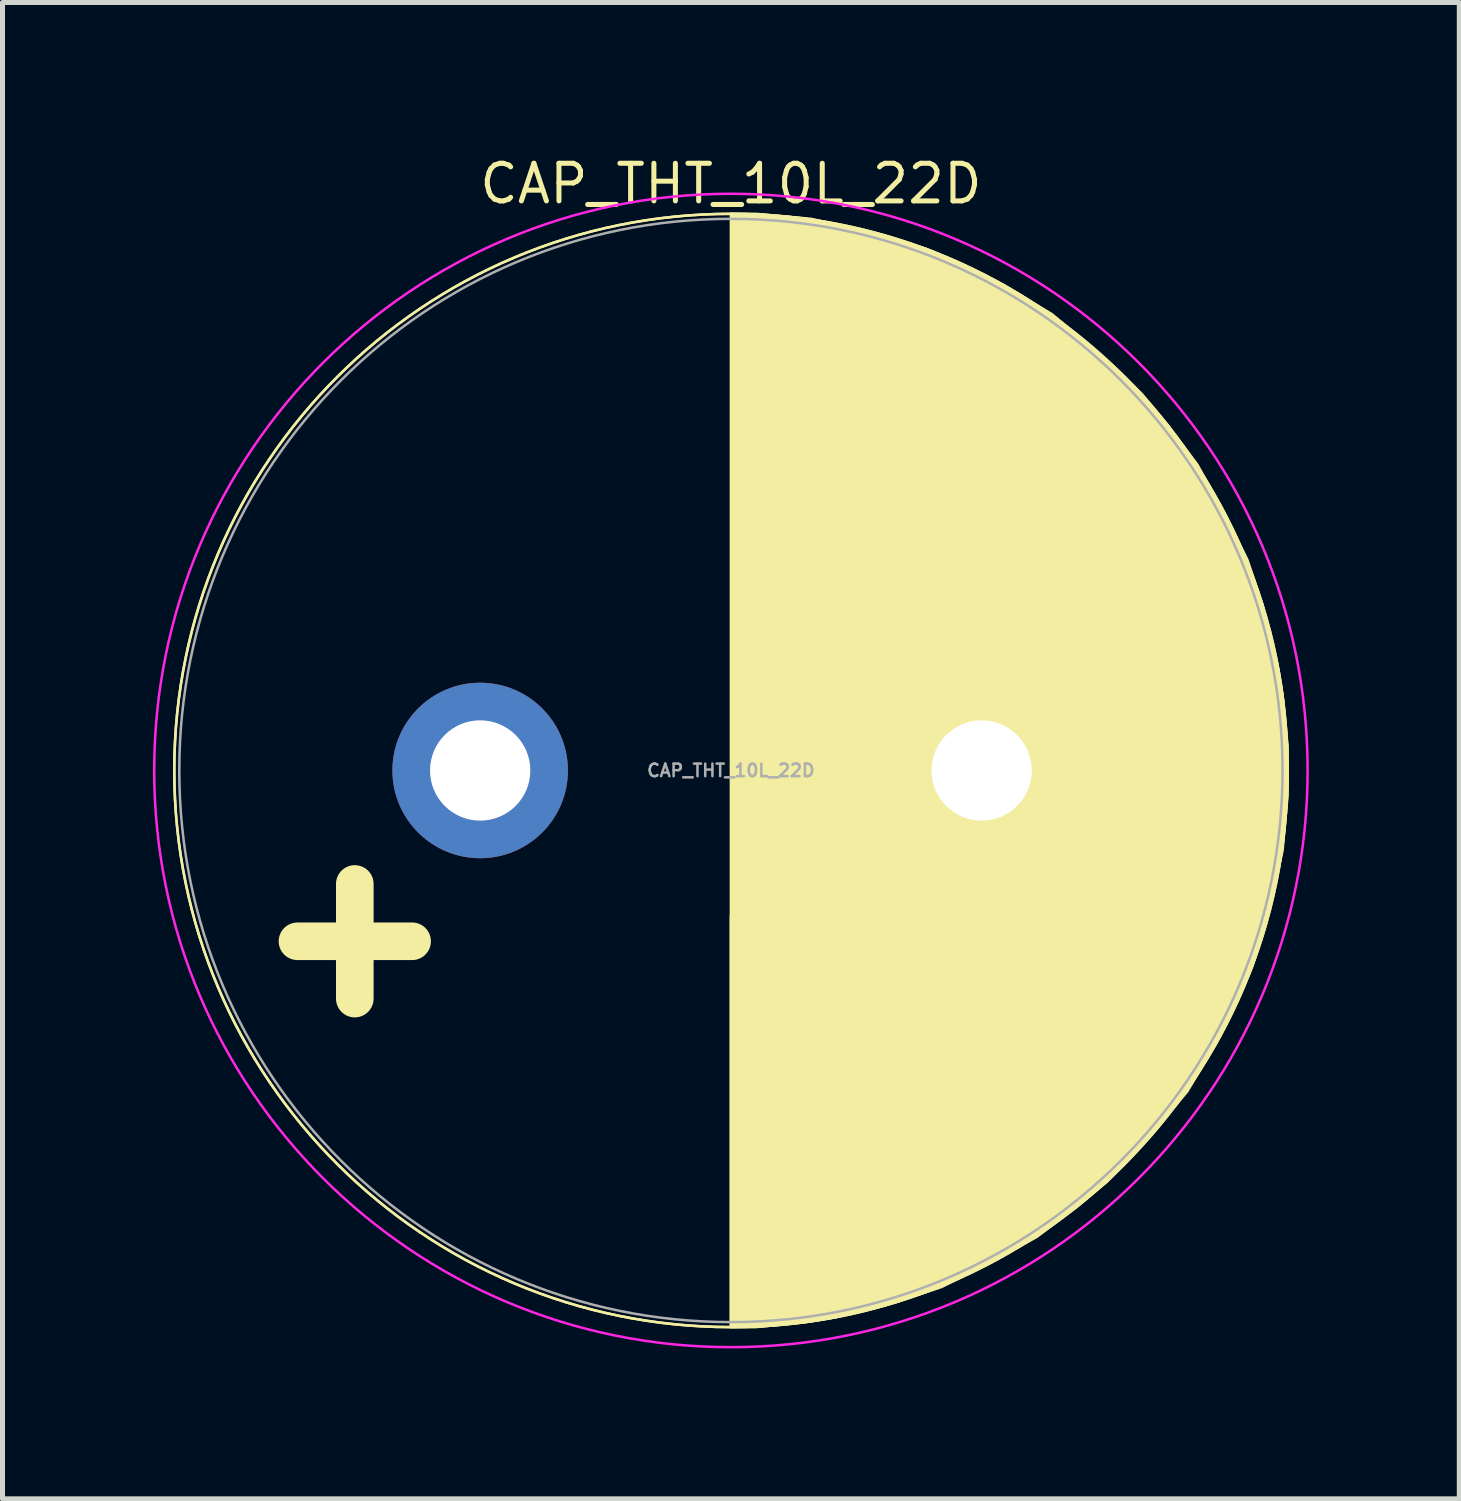
<source format=kicad_pcb>
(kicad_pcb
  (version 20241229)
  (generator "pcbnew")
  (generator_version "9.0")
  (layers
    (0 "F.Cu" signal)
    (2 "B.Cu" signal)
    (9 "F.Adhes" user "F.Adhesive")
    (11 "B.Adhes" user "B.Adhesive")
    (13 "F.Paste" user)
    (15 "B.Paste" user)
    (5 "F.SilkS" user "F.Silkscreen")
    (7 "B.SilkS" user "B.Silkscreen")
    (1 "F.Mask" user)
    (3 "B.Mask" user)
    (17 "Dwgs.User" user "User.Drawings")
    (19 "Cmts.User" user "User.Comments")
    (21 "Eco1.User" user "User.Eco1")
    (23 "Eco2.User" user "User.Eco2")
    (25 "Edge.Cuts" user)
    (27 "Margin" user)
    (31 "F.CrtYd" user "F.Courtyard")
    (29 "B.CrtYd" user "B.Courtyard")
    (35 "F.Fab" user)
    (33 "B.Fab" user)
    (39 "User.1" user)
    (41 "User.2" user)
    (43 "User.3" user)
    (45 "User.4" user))
  (footprint "CAP_THT_10L_22D"
    (layer "F.Cu")
    (at 11.525 12.314)
    (property "Reference" "CAP_THT_10L_22D" (at 0 -11.7 0) (unlocked yes) (layer "F.SilkS") (effects (font (size 0.75 0.75) (thickness 0.1))))
    (attr through_hole)
    (fp_circle (center 0 0) (end 11.1 0) (stroke (width 0.05) (type solid)) (fill no) (layer "F.SilkS"))
    (fp_circle (center 0 0) (end 11.1 0) (stroke (width 0.05) (type solid)) (fill no) (layer "F.SilkS"))
    (fp_poly (pts (xy 11.1 0) (xy 0 11.1) (xy 0 -11.1)) (stroke (width 0.05) (type solid)) (fill yes) (layer "F.SilkS"))
    (fp_poly (pts (xy 1.6 -11) (xy 2.9 -10.7) (xy 3.9 -10.4) (xy 4.6 -10.1) (xy 5.4 -9.7) (xy 6.4 -9.1) (xy 7 -8.6) (xy 7.8 -7.9) (xy 8.2 -7.5) (xy 8.7 -6.9) (xy 9.3 -6.1) (xy 9.8 -5.2) (xy 10.3 -4.2) (xy 10.6 -3.3) (xy 10.9 -2.1) (xy 11 -1.5) (xy 11.1 -0.5) (xy 11.1 0) (xy 2.9 0) (xy 0 -11.1) (xy 0.5 -11.1)) (stroke (width 0.05) (type solid)) (fill yes) (layer "F.SilkS"))
    (fp_poly (pts (xy 11 1.6) (xy 10.7 2.9) (xy 10.4 3.9) (xy 10.1 4.6) (xy 9.7 5.4) (xy 9.1 6.4) (xy 8.6 7) (xy 7.9 7.8) (xy 7.5 8.2) (xy 6.9 8.7) (xy 6.1 9.3) (xy 5.2 9.8) (xy 4.2 10.3) (xy 3.3 10.6) (xy 2.1 10.9) (xy 1.5 11) (xy 0.5 11.1) (xy 0 11.1) (xy 0 2.9) (xy 11.1 0) (xy 11.1 0.5)) (stroke (width 0.05) (type solid)) (fill yes) (layer "F.SilkS"))
    (fp_circle (center 0 0) (end 11.5 0) (stroke (width 0.05) (type solid)) (fill no) (layer "F.CrtYd"))
    (fp_circle (center 0 0) (end 11 0) (stroke (width 0.05) (type solid)) (fill no) (layer "F.Fab"))
    (fp_text user "+" (at -7.5 3.2 0) (unlocked yes) (layer "F.SilkS") (effects (font (size 3 3) (thickness 0.75))))
    (fp_text user "${REFERENCE}" (at 0 0 0) (unlocked yes) (layer "F.Fab") (effects (font (size 0.25 0.25) (thickness 0.05))))
    (pad "1" thru_hole circle (at -5 0) (size 3.5 3.5) (drill 2) (layers "*.Cu" "*.Mask"))
    (pad "2" thru_hole circle (at 5 0) (size 3.5 3.5) (drill 2) (layers "*.Cu" "*.Mask")))
  (gr_rect
    (start -3 -3)
    (end 26.05 26.839)
    (stroke (width 0.1) (type default))
    (fill no)
    (layer "Edge.Cuts")))
</source>
